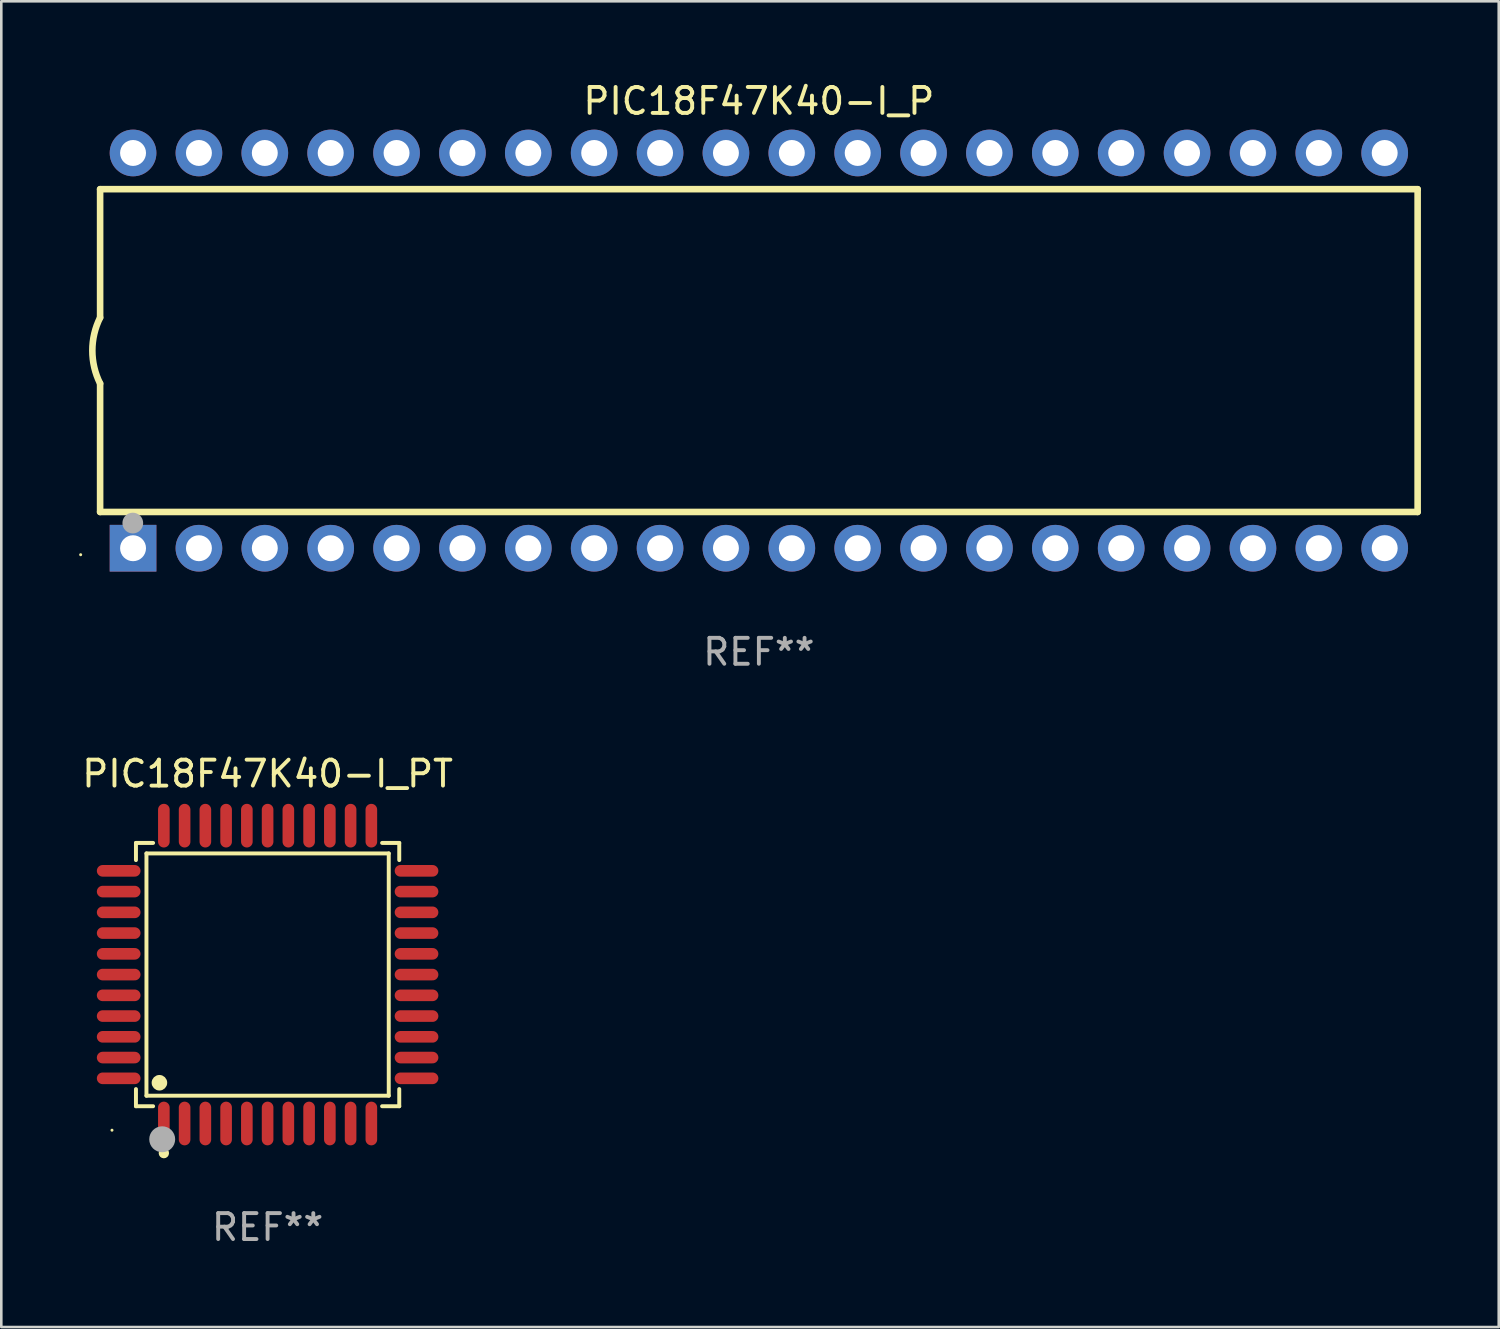
<source format=kicad_pcb>
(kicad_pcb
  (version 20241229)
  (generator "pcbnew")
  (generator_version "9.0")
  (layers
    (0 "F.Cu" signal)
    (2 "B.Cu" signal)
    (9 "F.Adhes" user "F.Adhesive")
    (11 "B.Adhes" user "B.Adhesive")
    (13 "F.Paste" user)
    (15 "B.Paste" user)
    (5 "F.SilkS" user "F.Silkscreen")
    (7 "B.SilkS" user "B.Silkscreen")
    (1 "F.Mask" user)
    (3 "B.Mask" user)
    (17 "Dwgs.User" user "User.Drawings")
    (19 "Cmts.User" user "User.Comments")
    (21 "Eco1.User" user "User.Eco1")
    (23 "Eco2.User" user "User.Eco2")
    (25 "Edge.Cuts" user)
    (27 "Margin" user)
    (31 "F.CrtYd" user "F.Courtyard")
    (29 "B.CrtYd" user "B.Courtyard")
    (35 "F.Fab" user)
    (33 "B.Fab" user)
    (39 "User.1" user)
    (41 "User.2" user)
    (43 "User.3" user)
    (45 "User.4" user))
  (footprint "PIC18F47K40-I_P"
    (layer "F.Cu")
    (at 26.21 10.468)
    (property "Reference" "PIC18F47K40-I_P" (at 0 -9.62 0) (layer "F.SilkS") (effects (font (size 1 1) (thickness 0.15))))
    (attr through_hole)
    (fp_line (start -25.4 -6.224) (end -25.4 -1.271) (stroke (width 0.254) (type solid)) (layer "F.SilkS"))
    (fp_line (start -25.4 -6.224) (end 25.4 -6.224) (stroke (width 0.254) (type solid)) (layer "F.SilkS"))
    (fp_line (start -25.4 1.269) (end -25.4 6.222) (stroke (width 0.254) (type solid)) (layer "F.SilkS"))
    (fp_line (start -25.4 6.222) (end 25.4 6.222) (stroke (width 0.254) (type solid)) (layer "F.SilkS"))
    (fp_line (start 25.4 6.222) (end 25.4 -6.224) (stroke (width 0.254) (type solid)) (layer "F.SilkS"))
    (fp_arc (start -25.4 1.269241) (mid -25.699807 -0.000762) (end -25.4 -1.270765) (stroke (width 0.254001) (type solid)) (layer "F.SilkS"))
    (fp_circle (center -26.15 7.87) (end -26.12 7.87) (stroke (width 0.06) (type solid)) (fill no) (layer "F.SilkS"))
    (fp_circle (center -24.14 6.65) (end -23.94 6.65) (stroke (width 0.4) (type solid)) (fill no) (layer "F.Fab"))
    (fp_text user "REF**" (at 0 11.62 0) (layer "F.Fab") (effects (font (size 1 1) (thickness 0.15))))
    (pad "1" thru_hole rect (at -24.13 7.62 90) (size 1.8 1.8) (drill 1) (layers "*.Cu" "*.Mask"))
    (pad "2" thru_hole circle (at -21.59 7.62) (size 1.8 1.8) (drill 1) (layers "*.Cu" "*.Mask"))
    (pad "3" thru_hole circle (at -19.05 7.62) (size 1.8 1.8) (drill 1) (layers "*.Cu" "*.Mask"))
    (pad "4" thru_hole circle (at -16.51 7.62) (size 1.8 1.8) (drill 1) (layers "*.Cu" "*.Mask"))
    (pad "5" thru_hole circle (at -13.97 7.62) (size 1.8 1.8) (drill 1) (layers "*.Cu" "*.Mask"))
    (pad "6" thru_hole circle (at -11.43 7.62) (size 1.8 1.8) (drill 1) (layers "*.Cu" "*.Mask"))
    (pad "7" thru_hole circle (at -8.89 7.62) (size 1.8 1.8) (drill 1) (layers "*.Cu" "*.Mask"))
    (pad "8" thru_hole circle (at -6.35 7.62) (size 1.8 1.8) (drill 1) (layers "*.Cu" "*.Mask"))
    (pad "9" thru_hole circle (at -3.81 7.62) (size 1.8 1.8) (drill 1) (layers "*.Cu" "*.Mask"))
    (pad "10" thru_hole circle (at -1.27 7.62) (size 1.8 1.8) (drill 1) (layers "*.Cu" "*.Mask"))
    (pad "11" thru_hole circle (at 1.27 7.62) (size 1.8 1.8) (drill 1) (layers "*.Cu" "*.Mask"))
    (pad "12" thru_hole circle (at 3.81 7.62) (size 1.8 1.8) (drill 1) (layers "*.Cu" "*.Mask"))
    (pad "13" thru_hole circle (at 6.35 7.62) (size 1.8 1.8) (drill 1) (layers "*.Cu" "*.Mask"))
    (pad "14" thru_hole circle (at 8.89 7.62) (size 1.8 1.8) (drill 1) (layers "*.Cu" "*.Mask"))
    (pad "15" thru_hole circle (at 11.43 7.62) (size 1.8 1.8) (drill 1) (layers "*.Cu" "*.Mask"))
    (pad "16" thru_hole circle (at 13.97 7.62) (size 1.8 1.8) (drill 1) (layers "*.Cu" "*.Mask"))
    (pad "17" thru_hole circle (at 16.51 7.62) (size 1.8 1.8) (drill 1) (layers "*.Cu" "*.Mask"))
    (pad "18" thru_hole circle (at 19.05 7.62) (size 1.8 1.8) (drill 1) (layers "*.Cu" "*.Mask"))
    (pad "19" thru_hole circle (at 21.59 7.62) (size 1.8 1.8) (drill 1) (layers "*.Cu" "*.Mask"))
    (pad "20" thru_hole circle (at 24.13 7.62) (size 1.8 1.8) (drill 1) (layers "*.Cu" "*.Mask"))
    (pad "21" thru_hole circle (at 24.13 -7.62) (size 1.8 1.8) (drill 1) (layers "*.Cu" "*.Mask"))
    (pad "22" thru_hole circle (at 21.59 -7.62) (size 1.8 1.8) (drill 1) (layers "*.Cu" "*.Mask"))
    (pad "23" thru_hole circle (at 19.05 -7.62) (size 1.8 1.8) (drill 1) (layers "*.Cu" "*.Mask"))
    (pad "24" thru_hole circle (at 16.51 -7.62) (size 1.8 1.8) (drill 1) (layers "*.Cu" "*.Mask"))
    (pad "25" thru_hole circle (at 13.97 -7.62) (size 1.8 1.8) (drill 1) (layers "*.Cu" "*.Mask"))
    (pad "26" thru_hole circle (at 11.43 -7.62) (size 1.8 1.8) (drill 1) (layers "*.Cu" "*.Mask"))
    (pad "27" thru_hole circle (at 8.89 -7.62) (size 1.8 1.8) (drill 1) (layers "*.Cu" "*.Mask"))
    (pad "28" thru_hole circle (at 6.35 -7.62) (size 1.8 1.8) (drill 1) (layers "*.Cu" "*.Mask"))
    (pad "29" thru_hole circle (at 3.81 -7.62) (size 1.8 1.8) (drill 1) (layers "*.Cu" "*.Mask"))
    (pad "30" thru_hole circle (at 1.27 -7.62) (size 1.8 1.8) (drill 1) (layers "*.Cu" "*.Mask"))
    (pad "31" thru_hole circle (at -1.27 -7.62) (size 1.8 1.8) (drill 1) (layers "*.Cu" "*.Mask"))
    (pad "32" thru_hole circle (at -3.81 -7.62) (size 1.8 1.8) (drill 1) (layers "*.Cu" "*.Mask"))
    (pad "33" thru_hole circle (at -6.35 -7.62) (size 1.8 1.8) (drill 1) (layers "*.Cu" "*.Mask"))
    (pad "34" thru_hole circle (at -8.89 -7.62) (size 1.8 1.8) (drill 1) (layers "*.Cu" "*.Mask"))
    (pad "35" thru_hole circle (at -11.43 -7.62) (size 1.8 1.8) (drill 1) (layers "*.Cu" "*.Mask"))
    (pad "36" thru_hole circle (at -13.97 -7.62) (size 1.8 1.8) (drill 1) (layers "*.Cu" "*.Mask"))
    (pad "37" thru_hole circle (at -16.51 -7.62) (size 1.8 1.8) (drill 1) (layers "*.Cu" "*.Mask"))
    (pad "38" thru_hole circle (at -19.05 -7.62) (size 1.8 1.8) (drill 1) (layers "*.Cu" "*.Mask"))
    (pad "39" thru_hole circle (at -21.59 -7.62) (size 1.8 1.8) (drill 1) (layers "*.Cu" "*.Mask"))
    (pad "40" thru_hole circle (at -24.13 -7.62) (size 1.8 1.8) (drill 1) (layers "*.Cu" "*.Mask")))
  (footprint "PIC18F47K40-I_PT"
    (layer "F.Cu")
    (at 7.268 34.527)
    (property "Reference" "PIC18F47K40-I_PT" (at 0 -7.742 0) (layer "F.SilkS") (effects (font (size 1 1) (thickness 0.15))))
    (attr through_hole)
    (fp_line (start -5.076 -5.076) (end -4.415 -5.076) (stroke (width 0.152) (type solid)) (layer "F.SilkS"))
    (fp_line (start -5.076 -4.415) (end -5.076 -5.076) (stroke (width 0.152) (type solid)) (layer "F.SilkS"))
    (fp_line (start -5.076 4.415) (end -5.076 5.076) (stroke (width 0.152) (type solid)) (layer "F.SilkS"))
    (fp_line (start -5.076 5.076) (end -4.415 5.076) (stroke (width 0.152) (type solid)) (layer "F.SilkS"))
    (fp_line (start -4.671 -4.671) (end 4.671 -4.671) (stroke (width 0.152) (type solid)) (layer "F.SilkS"))
    (fp_line (start -4.671 4.671) (end -4.671 -4.671) (stroke (width 0.152) (type solid)) (layer "F.SilkS"))
    (fp_line (start 4.671 -4.671) (end 4.671 4.671) (stroke (width 0.152) (type solid)) (layer "F.SilkS"))
    (fp_line (start 4.671 4.671) (end -4.671 4.671) (stroke (width 0.152) (type solid)) (layer "F.SilkS"))
    (fp_line (start 5.076 -5.076) (end 4.415 -5.076) (stroke (width 0.152) (type solid)) (layer "F.SilkS"))
    (fp_line (start 5.076 -4.415) (end 5.076 -5.076) (stroke (width 0.152) (type solid)) (layer "F.SilkS"))
    (fp_line (start 5.076 4.415) (end 5.076 5.076) (stroke (width 0.152) (type solid)) (layer "F.SilkS"))
    (fp_line (start 5.076 5.076) (end 4.415 5.076) (stroke (width 0.152) (type solid)) (layer "F.SilkS"))
    (fp_circle (center -6 6) (end -5.97 6) (stroke (width 0.06) (type solid)) (fill no) (layer "F.SilkS"))
    (fp_circle (center -4.171 4.171) (end -4.021 4.171) (stroke (width 0.3) (type solid)) (fill no) (layer "F.SilkS"))
    (fp_circle (center -4 6.884) (end -3.9 6.884) (stroke (width 0.2) (type solid)) (fill no) (layer "F.SilkS"))
    (fp_circle (center -4.064 6.35) (end -3.814 6.35) (stroke (width 0.5) (type solid)) (fill no) (layer "F.Fab"))
    (fp_text user "REF**" (at 0 9.742 0) (layer "F.Fab") (effects (font (size 1 1) (thickness 0.15))))
    (pad "1" smd oval (at -4 5.742) (size 0.448 1.684) (layers "F.Cu" "F.Mask" "F.Paste"))
    (pad "2" smd oval (at -3.2 5.742) (size 0.448 1.684) (layers "F.Cu" "F.Mask" "F.Paste"))
    (pad "3" smd oval (at -2.4 5.742) (size 0.448 1.684) (layers "F.Cu" "F.Mask" "F.Paste"))
    (pad "4" smd oval (at -1.6 5.742) (size 0.448 1.684) (layers "F.Cu" "F.Mask" "F.Paste"))
    (pad "5" smd oval (at -0.8 5.742) (size 0.448 1.684) (layers "F.Cu" "F.Mask" "F.Paste"))
    (pad "6" smd oval (at 0 5.742) (size 0.448 1.684) (layers "F.Cu" "F.Mask" "F.Paste"))
    (pad "7" smd oval (at 0.8 5.742) (size 0.448 1.684) (layers "F.Cu" "F.Mask" "F.Paste"))
    (pad "8" smd oval (at 1.6 5.742) (size 0.448 1.684) (layers "F.Cu" "F.Mask" "F.Paste"))
    (pad "9" smd oval (at 2.4 5.742) (size 0.448 1.684) (layers "F.Cu" "F.Mask" "F.Paste"))
    (pad "10" smd oval (at 3.2 5.742) (size 0.448 1.684) (layers "F.Cu" "F.Mask" "F.Paste"))
    (pad "11" smd oval (at 4 5.742) (size 0.448 1.684) (layers "F.Cu" "F.Mask" "F.Paste"))
    (pad "12" smd oval (at 5.742 4) (size 1.684 0.448) (layers "F.Cu" "F.Mask" "F.Paste"))
    (pad "13" smd oval (at 5.742 3.2) (size 1.684 0.448) (layers "F.Cu" "F.Mask" "F.Paste"))
    (pad "14" smd oval (at 5.742 2.4) (size 1.684 0.448) (layers "F.Cu" "F.Mask" "F.Paste"))
    (pad "15" smd oval (at 5.742 1.6) (size 1.684 0.448) (layers "F.Cu" "F.Mask" "F.Paste"))
    (pad "16" smd oval (at 5.742 0.8) (size 1.684 0.448) (layers "F.Cu" "F.Mask" "F.Paste"))
    (pad "17" smd oval (at 5.742 0) (size 1.684 0.448) (layers "F.Cu" "F.Mask" "F.Paste"))
    (pad "18" smd oval (at 5.742 -0.8) (size 1.684 0.448) (layers "F.Cu" "F.Mask" "F.Paste"))
    (pad "19" smd oval (at 5.742 -1.6) (size 1.684 0.448) (layers "F.Cu" "F.Mask" "F.Paste"))
    (pad "20" smd oval (at 5.742 -2.4) (size 1.684 0.448) (layers "F.Cu" "F.Mask" "F.Paste"))
    (pad "21" smd oval (at 5.742 -3.2) (size 1.684 0.448) (layers "F.Cu" "F.Mask" "F.Paste"))
    (pad "22" smd oval (at 5.742 -4) (size 1.684 0.448) (layers "F.Cu" "F.Mask" "F.Paste"))
    (pad "23" smd oval (at 4 -5.742) (size 0.448 1.684) (layers "F.Cu" "F.Mask" "F.Paste"))
    (pad "24" smd oval (at 3.2 -5.742) (size 0.448 1.684) (layers "F.Cu" "F.Mask" "F.Paste"))
    (pad "25" smd oval (at 2.4 -5.742) (size 0.448 1.684) (layers "F.Cu" "F.Mask" "F.Paste"))
    (pad "26" smd oval (at 1.6 -5.742) (size 0.448 1.684) (layers "F.Cu" "F.Mask" "F.Paste"))
    (pad "27" smd oval (at 0.8 -5.742) (size 0.448 1.684) (layers "F.Cu" "F.Mask" "F.Paste"))
    (pad "28" smd oval (at 0 -5.742) (size 0.448 1.684) (layers "F.Cu" "F.Mask" "F.Paste"))
    (pad "29" smd oval (at -0.8 -5.742) (size 0.448 1.684) (layers "F.Cu" "F.Mask" "F.Paste"))
    (pad "30" smd oval (at -1.6 -5.742) (size 0.448 1.684) (layers "F.Cu" "F.Mask" "F.Paste"))
    (pad "31" smd oval (at -2.4 -5.742) (size 0.448 1.684) (layers "F.Cu" "F.Mask" "F.Paste"))
    (pad "32" smd oval (at -3.2 -5.742) (size 0.448 1.684) (layers "F.Cu" "F.Mask" "F.Paste"))
    (pad "33" smd oval (at -4 -5.742) (size 0.448 1.684) (layers "F.Cu" "F.Mask" "F.Paste"))
    (pad "34" smd oval (at -5.742 -4) (size 1.684 0.448) (layers "F.Cu" "F.Mask" "F.Paste"))
    (pad "35" smd oval (at -5.742 -3.2) (size 1.684 0.448) (layers "F.Cu" "F.Mask" "F.Paste"))
    (pad "36" smd oval (at -5.742 -2.4) (size 1.684 0.448) (layers "F.Cu" "F.Mask" "F.Paste"))
    (pad "37" smd oval (at -5.742 -1.6) (size 1.684 0.448) (layers "F.Cu" "F.Mask" "F.Paste"))
    (pad "38" smd oval (at -5.742 -0.8) (size 1.684 0.448) (layers "F.Cu" "F.Mask" "F.Paste"))
    (pad "39" smd oval (at -5.742 0) (size 1.684 0.448) (layers "F.Cu" "F.Mask" "F.Paste"))
    (pad "40" smd oval (at -5.742 0.8) (size 1.684 0.448) (layers "F.Cu" "F.Mask" "F.Paste"))
    (pad "41" smd oval (at -5.742 1.6) (size 1.684 0.448) (layers "F.Cu" "F.Mask" "F.Paste"))
    (pad "42" smd oval (at -5.742 2.4) (size 1.684 0.448) (layers "F.Cu" "F.Mask" "F.Paste"))
    (pad "43" smd oval (at -5.742 3.2) (size 1.684 0.448) (layers "F.Cu" "F.Mask" "F.Paste"))
    (pad "44" smd oval (at -5.742 4) (size 1.684 0.448) (layers "F.Cu" "F.Mask" "F.Paste")))
  (gr_rect
    (start -3 -3)
    (end 54.737 48.117)
    (stroke (width 0.1) (type default))
    (fill no)
    (layer "Edge.Cuts")))
</source>
